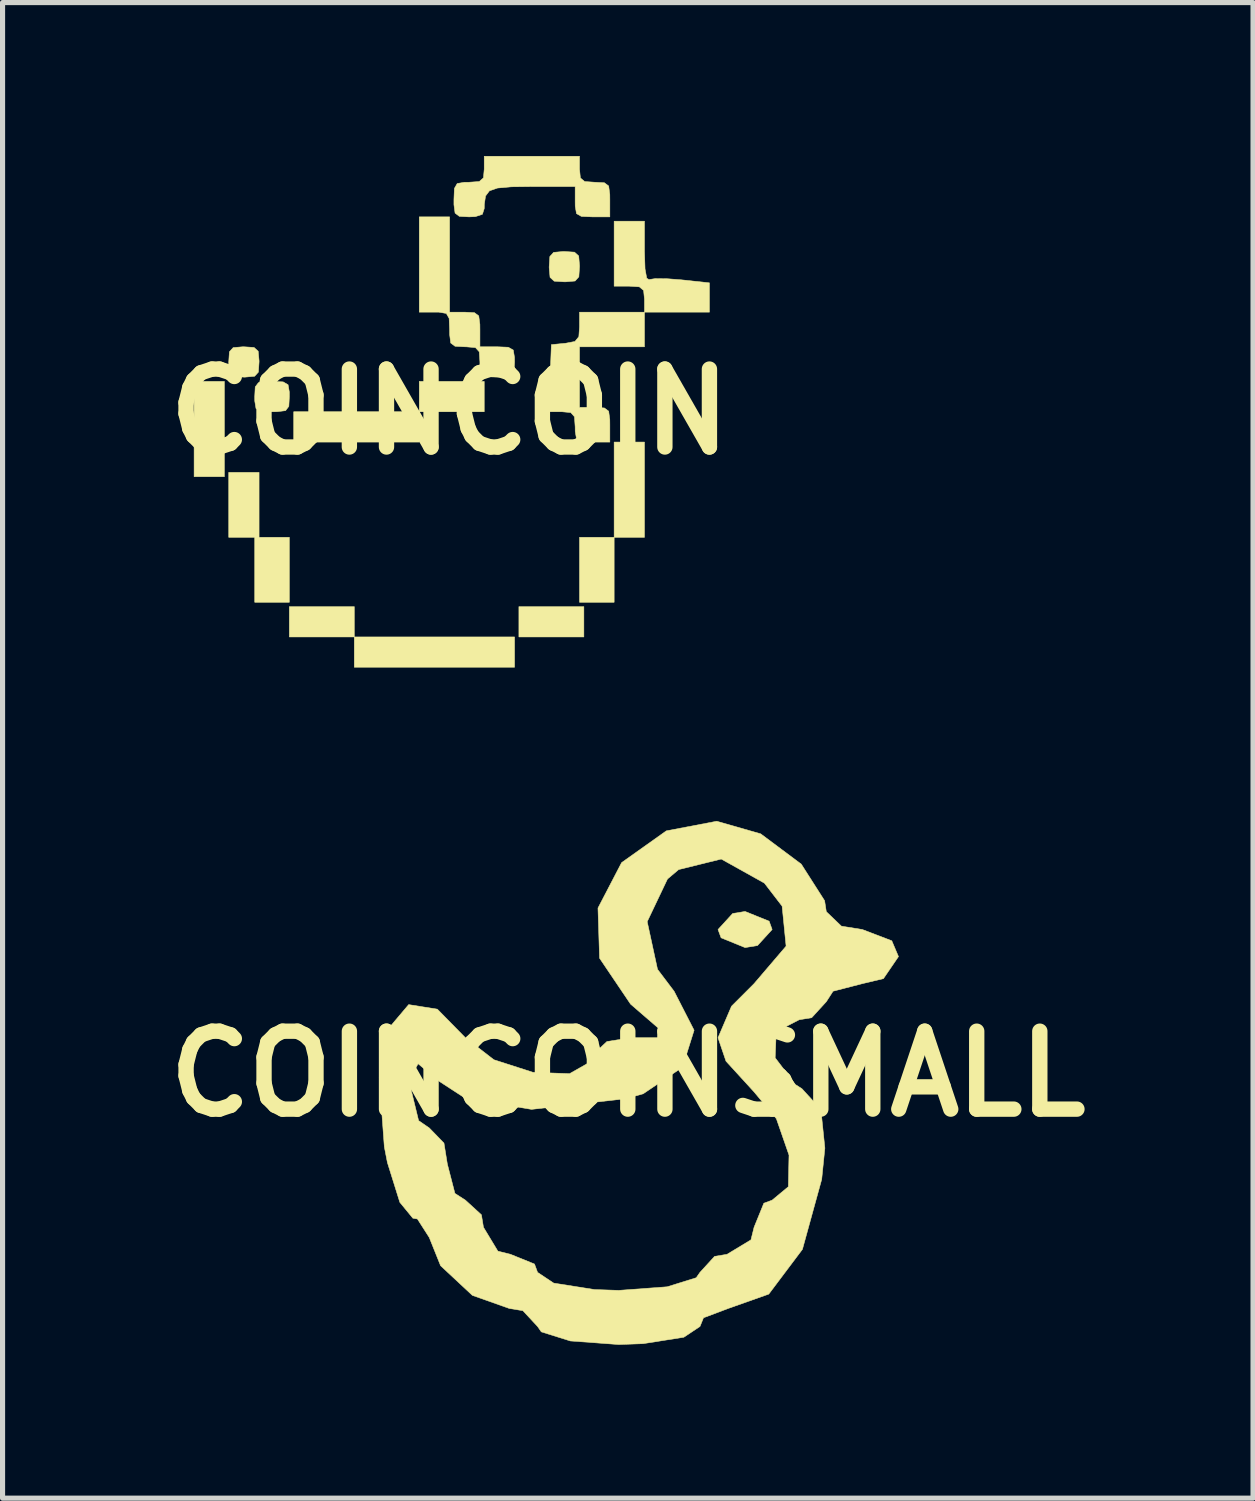
<source format=kicad_pcb>
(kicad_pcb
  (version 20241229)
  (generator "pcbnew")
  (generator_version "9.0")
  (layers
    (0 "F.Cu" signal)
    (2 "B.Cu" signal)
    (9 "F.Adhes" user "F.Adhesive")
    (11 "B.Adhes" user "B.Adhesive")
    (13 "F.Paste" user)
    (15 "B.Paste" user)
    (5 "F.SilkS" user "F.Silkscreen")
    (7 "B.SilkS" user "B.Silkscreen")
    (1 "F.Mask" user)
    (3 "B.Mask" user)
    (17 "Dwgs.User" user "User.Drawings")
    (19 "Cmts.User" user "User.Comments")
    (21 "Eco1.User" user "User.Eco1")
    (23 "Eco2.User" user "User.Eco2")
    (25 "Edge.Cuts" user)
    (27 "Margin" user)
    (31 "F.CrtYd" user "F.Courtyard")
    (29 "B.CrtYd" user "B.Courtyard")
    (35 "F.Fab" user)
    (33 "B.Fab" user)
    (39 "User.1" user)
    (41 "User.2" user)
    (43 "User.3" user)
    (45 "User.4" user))
  (footprint "COINCOIN"
    (layer "F.Cu")
    (at 5.74 5)
    (property "Reference" "COINCOIN" (at 0 0 0) (layer "F.SilkS") (effects (font (size 1.524 1.524) (thickness 0.3))))
    (attr through_hole)
    (fp_poly (pts (xy -4.403 1.27) (xy -4.995 1.27) (xy -4.995 -0.593) (xy -4.403 -0.593) (xy -4.403 1.27)) (stroke (width 0.01) (type solid)) (fill yes) (layer "F.SilkS"))
    (fp_poly (pts (xy -3.133 4.403) (xy -3.133 3.81) (xy -1.863 3.81) (xy -1.863 4.403) (xy -3.133 4.403)) (stroke (width 0.01) (type solid)) (fill yes) (layer "F.SilkS"))
    (fp_poly (pts (xy -0.593 -0.593) (xy 0.677 -0.593) (xy 0.677 0) (xy -0.593 0) (xy -0.593 -0.593)) (stroke (width 0.01) (type solid)) (fill yes) (layer "F.SilkS"))
    (fp_poly (pts (xy -0.593 0.593) (xy -3.048 0.593) (xy -3.048 0) (xy -0.593 0) (xy -0.593 0.593)) (stroke (width 0.01) (type solid)) (fill yes) (layer "F.SilkS"))
    (fp_poly (pts (xy 1.27 4.403) (xy 1.27 4.995) (xy -1.863 4.995) (xy -1.863 4.403) (xy 1.27 4.403)) (stroke (width 0.01) (type solid)) (fill yes) (layer "F.SilkS"))
    (fp_poly (pts (xy 2.625 4.403) (xy 1.355 4.403) (xy 1.355 3.81) (xy 2.625 3.81) (xy 2.625 4.403)) (stroke (width 0.01) (type solid)) (fill yes) (layer "F.SilkS"))
    (fp_poly (pts (xy 3.217 0.593) (xy 3.81 0.593) (xy 3.81 2.455) (xy 3.217 2.455) (xy 3.217 0.593)) (stroke (width 0.01) (type solid)) (fill yes) (layer "F.SilkS"))
    (fp_poly (pts (xy 3.217 3.725) (xy 2.54 3.725) (xy 2.54 2.455) (xy 3.217 2.455) (xy 3.217 3.725)) (stroke (width 0.01) (type solid)) (fill yes) (layer "F.SilkS"))
    (fp_poly (pts (xy -3.725 2.455) (xy -3.133 2.455) (xy -3.133 3.725) (xy -3.81 3.725) (xy -3.81 2.455) (xy -4.318 2.455) (xy -4.318 1.185) (xy -3.725 1.185) (xy -3.725 2.455)) (stroke (width 0.01) (type solid)) (fill yes) (layer "F.SilkS"))
    (fp_poly (pts (xy -3.823 -1.257) (xy -3.742 -1.183) (xy -3.725 -0.996) (xy -3.725 -0.974) (xy -3.738 -0.775) (xy -3.812 -0.694) (xy -3.999 -0.677) (xy -4.022 -0.677) (xy -4.22 -0.69) (xy -4.302 -0.764) (xy -4.318 -0.951) (xy -4.318 -0.974) (xy -4.305 -1.172) (xy -4.231 -1.254) (xy -4.044 -1.27) (xy -4.022 -1.27) (xy -3.823 -1.257)) (stroke (width 0.01) (type solid)) (fill yes) (layer "F.SilkS"))
    (fp_poly (pts (xy -3.254 -0.584) (xy -3.158 -0.528) (xy -3.133 -0.384) (xy -3.133 -0.296) (xy -3.143 -0.107) (xy -3.206 -0.022) (xy -3.371 -0.001) (xy -3.471 0) (xy -3.688 -0.009) (xy -3.785 -0.064) (xy -3.809 -0.209) (xy -3.81 -0.296) (xy -3.8 -0.486) (xy -3.736 -0.57) (xy -3.571 -0.592) (xy -3.471 -0.593) (xy -3.254 -0.584)) (stroke (width 0.01) (type solid)) (fill yes) (layer "F.SilkS"))
    (fp_poly (pts (xy 2.442 -3.12) (xy 2.524 -3.046) (xy 2.54 -2.859) (xy 2.54 -2.836) (xy 2.527 -2.638) (xy 2.453 -2.556) (xy 2.266 -2.54) (xy 2.244 -2.54) (xy 2.045 -2.553) (xy 1.964 -2.627) (xy 1.947 -2.814) (xy 1.947 -2.836) (xy 1.96 -3.035) (xy 2.034 -3.116) (xy 2.221 -3.133) (xy 2.244 -3.133) (xy 2.442 -3.12)) (stroke (width 0.01) (type solid)) (fill yes) (layer "F.SilkS"))
    (fp_poly (pts (xy 3.81 -2.201) (xy 3.793 -2.372) (xy 3.71 -2.442) (xy 3.514 -2.455) (xy 3.217 -2.455) (xy 3.217 -3.725) (xy 3.81 -3.725) (xy 3.81 -3.128) (xy 3.821 -2.792) (xy 3.854 -2.611) (xy 3.897 -2.584) (xy 4.021 -2.603) (xy 4.26 -2.6) (xy 4.532 -2.579) (xy 5.08 -2.52) (xy 5.08 -1.947) (xy 3.81 -1.947) (xy 3.81 -2.201)) (stroke (width 0.01) (type solid)) (fill yes) (layer "F.SilkS"))
    (fp_poly (pts (xy 3.81 -1.27) (xy 2.54 -1.27) (xy 2.54 -0.085) (xy 2.836 -0.085) (xy 3.026 -0.074) (xy 3.11 -0.011) (xy 3.132 0.154) (xy 3.133 0.254) (xy 3.133 0.593) (xy 2.794 0.593) (xy 2.577 0.584) (xy 2.481 0.528) (xy 2.456 0.384) (xy 2.455 0.296) (xy 2.441 0.097) (xy 2.369 0.016) (xy 2.198 0) (xy 1.94 0) (xy 1.965 -0.656) (xy 1.99 -1.312) (xy 2.265 -1.339) (xy 2.451 -1.374) (xy 2.527 -1.468) (xy 2.54 -1.656) (xy 2.54 -1.947) (xy 3.81 -1.947) (xy 3.81 -1.27)) (stroke (width 0.01) (type solid)) (fill yes) (layer "F.SilkS"))
    (fp_poly (pts (xy 0 -1.947) (xy 0.296 -1.947) (xy 0.486 -1.937) (xy 0.57 -1.874) (xy 0.592 -1.709) (xy 0.593 -1.609) (xy 0.593 -1.27) (xy 0.931 -1.27) (xy 1.148 -1.261) (xy 1.245 -1.206) (xy 1.269 -1.061) (xy 1.27 -0.974) (xy 1.26 -0.784) (xy 1.196 -0.7) (xy 1.031 -0.678) (xy 0.931 -0.677) (xy 0.714 -0.686) (xy 0.618 -0.742) (xy 0.593 -0.886) (xy 0.593 -0.974) (xy 0.58 -1.172) (xy 0.506 -1.254) (xy 0.319 -1.27) (xy 0.296 -1.27) (xy 0.107 -1.28) (xy 0.022 -1.344) (xy 0.001 -1.509) (xy 0 -1.609) (xy -0.009 -1.826) (xy -0.064 -1.922) (xy -0.209 -1.947) (xy -0.296 -1.947) (xy -0.593 -1.947) (xy -0.593 -3.81) (xy 0 -3.81) (xy 0 -1.947)) (stroke (width 0.01) (type solid)) (fill yes) (layer "F.SilkS"))
    (fp_poly (pts (xy 2.54 -4.741) (xy 2.557 -4.571) (xy 2.64 -4.501) (xy 2.836 -4.487) (xy 3.026 -4.477) (xy 3.11 -4.414) (xy 3.132 -4.249) (xy 3.133 -4.149) (xy 3.133 -3.81) (xy 2.794 -3.81) (xy 2.577 -3.819) (xy 2.481 -3.874) (xy 2.456 -4.019) (xy 2.455 -4.106) (xy 2.455 -4.403) (xy 1.618 -4.403) (xy 1.208 -4.398) (xy 0.938 -4.374) (xy 0.779 -4.319) (xy 0.703 -4.218) (xy 0.679 -4.058) (xy 0.677 -3.972) (xy 0.641 -3.86) (xy 0.504 -3.815) (xy 0.381 -3.81) (xy 0.191 -3.82) (xy 0.107 -3.884) (xy 0.085 -4.049) (xy 0.085 -4.149) (xy 0.094 -4.366) (xy 0.149 -4.462) (xy 0.294 -4.487) (xy 0.381 -4.487) (xy 0.58 -4.501) (xy 0.662 -4.573) (xy 0.677 -4.741) (xy 0.677 -4.995) (xy 2.54 -4.995) (xy 2.54 -4.741)) (stroke (width 0.01) (type solid)) (fill yes) (layer "F.SilkS")))
  (footprint "COINCOINSMALL"
    (layer "F.Cu")
    (at 9.224 17.945)
    (property "Reference" "COINCOINSMALL" (at 0 0 0) (layer "F.SilkS") (effects (font (size 1.524 1.524) (thickness 0.3))))
    (attr through_hole)
    (fp_poly (pts (xy 2.763 -2.985) (xy 2.822 -2.822) (xy 2.536 -2.509) (xy 2.293 -2.469) (xy 1.824 -2.66) (xy 1.764 -2.822) (xy 2.05 -3.135) (xy 2.293 -3.175) (xy 2.763 -2.985)) (stroke (width 0.01) (type solid)) (fill yes) (layer "F.SilkS"))
    (fp_poly (pts (xy 2.598 -4.693) (xy 3.391 -4.101) (xy 3.848 -3.385) (xy 3.881 -3.171) (xy 4.176 -2.888) (xy 4.586 -2.822) (xy 5.161 -2.602) (xy 5.292 -2.293) (xy 4.998 -1.862) (xy 4.586 -1.764) (xy 4.013 -1.616) (xy 3.881 -1.411) (xy 3.595 -1.098) (xy 3.351 -1.058) (xy 2.902 -0.827) (xy 2.881 -0.314) (xy 3.277 0.209) (xy 3.404 0.29) (xy 3.775 0.695) (xy 3.853 1.452) (xy 3.791 2.062) (xy 3.414 3.431) (xy 2.756 4.306) (xy 1.965 4.586) (xy 1.48 4.769) (xy 1.411 4.939) (xy 1.096 5.149) (xy 0.298 5.275) (xy -0.176 5.292) (xy -1.123 5.222) (xy -1.691 5.044) (xy -1.764 4.939) (xy -2.051 4.63) (xy -2.318 4.586) (xy -3.038 4.331) (xy -3.66 3.751) (xy -3.881 3.2) (xy -4.113 2.837) (xy -4.202 2.822) (xy -4.457 2.511) (xy -4.7 1.734) (xy -4.76 1.426) (xy -4.841 0.328) (xy -4.233 0.328) (xy -4.09 0.914) (xy -3.881 1.058) (xy -3.594 1.354) (xy -3.528 1.764) (xy -3.38 2.337) (xy -3.175 2.469) (xy -2.862 2.755) (xy -2.822 2.999) (xy -2.54 3.466) (xy -2.293 3.528) (xy -1.824 3.718) (xy -1.764 3.881) (xy -1.449 4.091) (xy -0.651 4.217) (xy -0.176 4.233) (xy 0.77 4.163) (xy 1.338 3.986) (xy 1.411 3.881) (xy 1.697 3.568) (xy 1.94 3.528) (xy 2.408 3.245) (xy 2.469 2.999) (xy 2.66 2.529) (xy 2.822 2.469) (xy 3.139 2.206) (xy 3.152 1.588) (xy 2.905 0.877) (xy 2.469 0.353) (xy 1.92 -0.248) (xy 1.764 -0.706) (xy 2.028 -1.323) (xy 2.469 -1.764) (xy 3.095 -2.497) (xy 3.017 -3.279) (xy 2.671 -3.729) (xy 1.827 -4.2) (xy 0.994 -3.994) (xy 0.776 -3.81) (xy 0.379 -2.976) (xy 0.581 -2.044) (xy 0.906 -1.614) (xy 1.296 -0.853) (xy 1.069 -0.129) (xy 0.3 0.39) (xy -0.055 0.487) (xy -1.881 0.694) (xy -3.17 0.482) (xy -3.679 0.151) (xy -4.1 -0.198) (xy -4.227 0.039) (xy -4.233 0.328) (xy -4.841 0.328) (xy -4.86 0.07) (xy -4.682 -0.883) (xy -4.284 -1.354) (xy -3.724 -1.265) (xy -3.175 -0.706) (xy -2.618 -0.276) (xy -1.854 -0.03) (xy -1.138 -0.004) (xy -0.73 -0.236) (xy -0.706 -0.353) (xy -0.408 -0.632) (xy 0.054 -0.706) (xy 0.814 -0.706) (xy 0.054 -1.364) (xy -0.552 -2.262) (xy -0.583 -3.242) (xy -0.121 -4.13) (xy 0.753 -4.751) (xy 1.739 -4.939) (xy 2.598 -4.693)) (stroke (width 0.01) (type solid)) (fill yes) (layer "F.SilkS")))
  (gr_rect
    (start -3 -3)
    (end 21.448 26.241)
    (stroke (width 0.1) (type default))
    (fill no)
    (layer "Edge.Cuts")))
</source>
